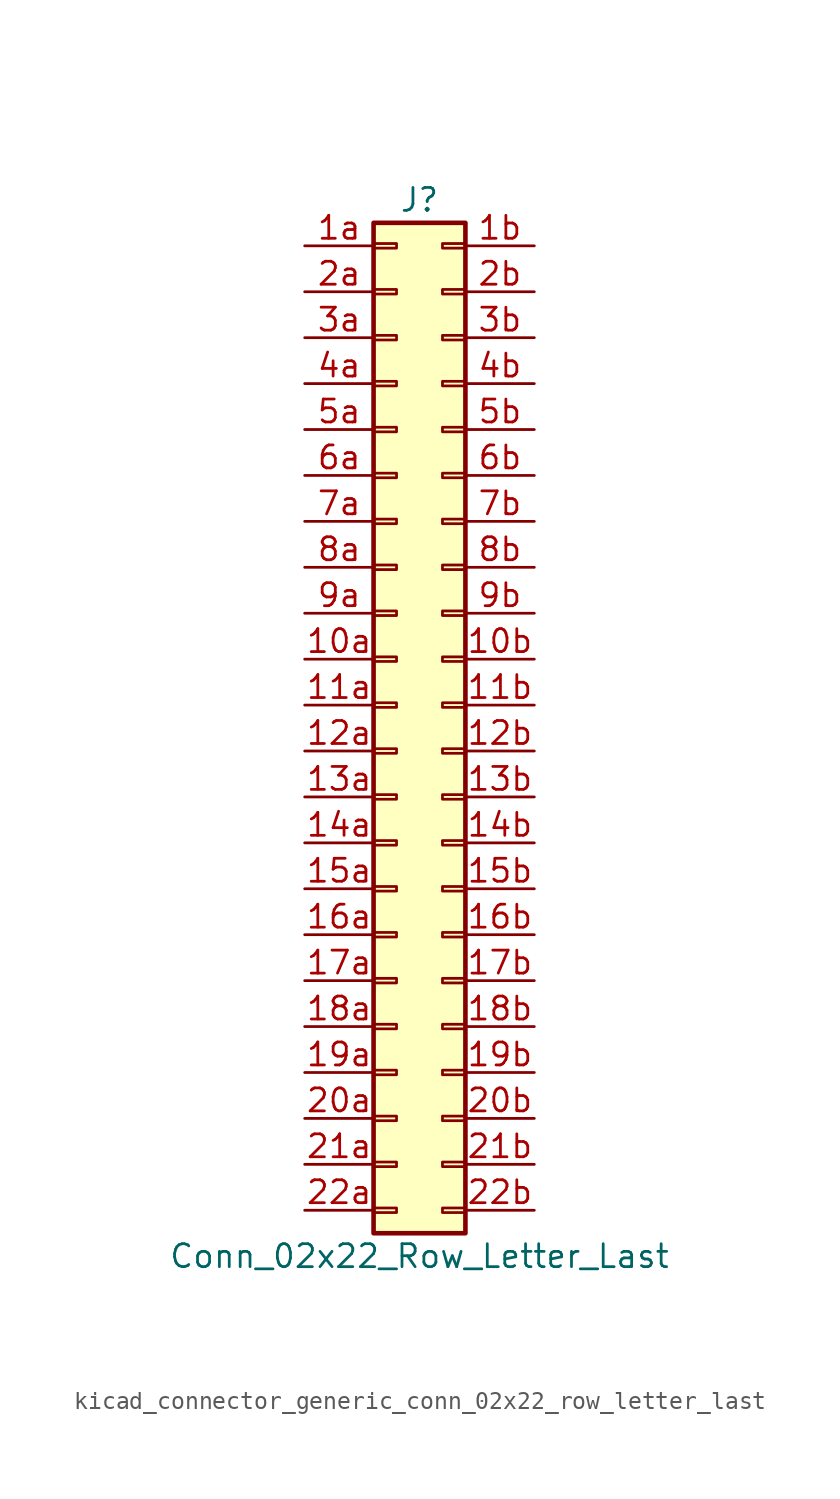
<source format=kicad_sym>
(kicad_symbol_lib
  (version 20220914)
  (generator kicad_symbol_editor)
  (symbol "kicad_connector_generic_conn_02x22_row_letter_last"
    (pin_names
      (offset 1.016) hide)
    (property "Reference" "J"
      (at 1.27 27.94 0)
      (effects (font (size 1.27 1.27))))
    (property "Value" "Conn_02x22_Row_Letter_Last"
      (at 1.27 -30.48 0)
      (effects (font (size 1.27 1.27))))
    (symbol "kicad_connector_generic_conn_02x22_row_letter_last_1_1"
      (rectangle (start -1.27 -27.813) (end 0 -28.067) (stroke (width 0.152) (type default)) (fill (type none)))
      (rectangle (start -1.27 -25.273) (end 0 -25.527) (stroke (width 0.152) (type default)) (fill (type none)))
      (rectangle (start -1.27 -22.733) (end 0 -22.987) (stroke (width 0.152) (type default)) (fill (type none)))
      (rectangle (start -1.27 -20.193) (end 0 -20.447) (stroke (width 0.152) (type default)) (fill (type none)))
      (rectangle (start -1.27 -17.653) (end 0 -17.907) (stroke (width 0.152) (type default)) (fill (type none)))
      (rectangle (start -1.27 -15.113) (end 0 -15.367) (stroke (width 0.152) (type default)) (fill (type none)))
      (rectangle (start -1.27 -12.573) (end 0 -12.827) (stroke (width 0.152) (type default)) (fill (type none)))
      (rectangle (start -1.27 -10.033) (end 0 -10.287) (stroke (width 0.152) (type default)) (fill (type none)))
      (rectangle (start -1.27 -7.493) (end 0 -7.747) (stroke (width 0.152) (type default)) (fill (type none)))
      (rectangle (start -1.27 -4.953) (end 0 -5.207) (stroke (width 0.152) (type default)) (fill (type none)))
      (rectangle (start -1.27 -2.413) (end 0 -2.667) (stroke (width 0.152) (type default)) (fill (type none)))
      (rectangle (start -1.27 0.127) (end 0 -0.127) (stroke (width 0.152) (type default)) (fill (type none)))
      (rectangle (start -1.27 2.667) (end 0 2.413) (stroke (width 0.152) (type default)) (fill (type none)))
      (rectangle (start -1.27 5.207) (end 0 4.953) (stroke (width 0.152) (type default)) (fill (type none)))
      (rectangle (start -1.27 7.747) (end 0 7.493) (stroke (width 0.152) (type default)) (fill (type none)))
      (rectangle (start -1.27 10.287) (end 0 10.033) (stroke (width 0.152) (type default)) (fill (type none)))
      (rectangle (start -1.27 12.827) (end 0 12.573) (stroke (width 0.152) (type default)) (fill (type none)))
      (rectangle (start -1.27 15.367) (end 0 15.113) (stroke (width 0.152) (type default)) (fill (type none)))
      (rectangle (start -1.27 17.907) (end 0 17.653) (stroke (width 0.152) (type default)) (fill (type none)))
      (rectangle (start -1.27 20.447) (end 0 20.193) (stroke (width 0.152) (type default)) (fill (type none)))
      (rectangle (start -1.27 22.987) (end 0 22.733) (stroke (width 0.152) (type default)) (fill (type none)))
      (rectangle (start -1.27 25.527) (end 0 25.273) (stroke (width 0.152) (type default)) (fill (type none)))
      (rectangle (start -1.27 26.67) (end 3.81 -29.21) (stroke (width 0.254) (type default)) (fill (type background)))
      (rectangle (start 3.81 -27.813) (end 2.54 -28.067) (stroke (width 0.152) (type default)) (fill (type none)))
      (rectangle (start 3.81 -25.273) (end 2.54 -25.527) (stroke (width 0.152) (type default)) (fill (type none)))
      (rectangle (start 3.81 -22.733) (end 2.54 -22.987) (stroke (width 0.152) (type default)) (fill (type none)))
      (rectangle (start 3.81 -20.193) (end 2.54 -20.447) (stroke (width 0.152) (type default)) (fill (type none)))
      (rectangle (start 3.81 -17.653) (end 2.54 -17.907) (stroke (width 0.152) (type default)) (fill (type none)))
      (rectangle (start 3.81 -15.113) (end 2.54 -15.367) (stroke (width 0.152) (type default)) (fill (type none)))
      (rectangle (start 3.81 -12.573) (end 2.54 -12.827) (stroke (width 0.152) (type default)) (fill (type none)))
      (rectangle (start 3.81 -10.033) (end 2.54 -10.287) (stroke (width 0.152) (type default)) (fill (type none)))
      (rectangle (start 3.81 -7.493) (end 2.54 -7.747) (stroke (width 0.152) (type default)) (fill (type none)))
      (rectangle (start 3.81 -4.953) (end 2.54 -5.207) (stroke (width 0.152) (type default)) (fill (type none)))
      (rectangle (start 3.81 -2.413) (end 2.54 -2.667) (stroke (width 0.152) (type default)) (fill (type none)))
      (rectangle (start 3.81 0.127) (end 2.54 -0.127) (stroke (width 0.152) (type default)) (fill (type none)))
      (rectangle (start 3.81 2.667) (end 2.54 2.413) (stroke (width 0.152) (type default)) (fill (type none)))
      (rectangle (start 3.81 5.207) (end 2.54 4.953) (stroke (width 0.152) (type default)) (fill (type none)))
      (rectangle (start 3.81 7.747) (end 2.54 7.493) (stroke (width 0.152) (type default)) (fill (type none)))
      (rectangle (start 3.81 10.287) (end 2.54 10.033) (stroke (width 0.152) (type default)) (fill (type none)))
      (rectangle (start 3.81 12.827) (end 2.54 12.573) (stroke (width 0.152) (type default)) (fill (type none)))
      (rectangle (start 3.81 15.367) (end 2.54 15.113) (stroke (width 0.152) (type default)) (fill (type none)))
      (rectangle (start 3.81 17.907) (end 2.54 17.653) (stroke (width 0.152) (type default)) (fill (type none)))
      (rectangle (start 3.81 20.447) (end 2.54 20.193) (stroke (width 0.152) (type default)) (fill (type none)))
      (rectangle (start 3.81 22.987) (end 2.54 22.733) (stroke (width 0.152) (type default)) (fill (type none)))
      (rectangle (start 3.81 25.527) (end 2.54 25.273) (stroke (width 0.152) (type default)) (fill (type none)))
      (pin passive line (at -5.08 2.54 0) (length 3.81) (name "Pin_10a" (effects (font (size 1.27 1.27)))) (number "10a" (effects (font (size 1.27 1.27)))))
      (pin passive line (at 7.62 2.54 180) (length 3.81) (name "Pin_10b" (effects (font (size 1.27 1.27)))) (number "10b" (effects (font (size 1.27 1.27)))))
      (pin passive line (at -5.08 0 0) (length 3.81) (name "Pin_11a" (effects (font (size 1.27 1.27)))) (number "11a" (effects (font (size 1.27 1.27)))))
      (pin passive line (at 7.62 0 180) (length 3.81) (name "Pin_11b" (effects (font (size 1.27 1.27)))) (number "11b" (effects (font (size 1.27 1.27)))))
      (pin passive line (at -5.08 -2.54 0) (length 3.81) (name "Pin_12a" (effects (font (size 1.27 1.27)))) (number "12a" (effects (font (size 1.27 1.27)))))
      (pin passive line (at 7.62 -2.54 180) (length 3.81) (name "Pin_12b" (effects (font (size 1.27 1.27)))) (number "12b" (effects (font (size 1.27 1.27)))))
      (pin passive line (at -5.08 -5.08 0) (length 3.81) (name "Pin_13a" (effects (font (size 1.27 1.27)))) (number "13a" (effects (font (size 1.27 1.27)))))
      (pin passive line (at 7.62 -5.08 180) (length 3.81) (name "Pin_13b" (effects (font (size 1.27 1.27)))) (number "13b" (effects (font (size 1.27 1.27)))))
      (pin passive line (at -5.08 -7.62 0) (length 3.81) (name "Pin_14a" (effects (font (size 1.27 1.27)))) (number "14a" (effects (font (size 1.27 1.27)))))
      (pin passive line (at 7.62 -7.62 180) (length 3.81) (name "Pin_14b" (effects (font (size 1.27 1.27)))) (number "14b" (effects (font (size 1.27 1.27)))))
      (pin passive line (at -5.08 -10.16 0) (length 3.81) (name "Pin_15a" (effects (font (size 1.27 1.27)))) (number "15a" (effects (font (size 1.27 1.27)))))
      (pin passive line (at 7.62 -10.16 180) (length 3.81) (name "Pin_15b" (effects (font (size 1.27 1.27)))) (number "15b" (effects (font (size 1.27 1.27)))))
      (pin passive line (at -5.08 -12.7 0) (length 3.81) (name "Pin_16a" (effects (font (size 1.27 1.27)))) (number "16a" (effects (font (size 1.27 1.27)))))
      (pin passive line (at 7.62 -12.7 180) (length 3.81) (name "Pin_16b" (effects (font (size 1.27 1.27)))) (number "16b" (effects (font (size 1.27 1.27)))))
      (pin passive line (at -5.08 -15.24 0) (length 3.81) (name "Pin_17a" (effects (font (size 1.27 1.27)))) (number "17a" (effects (font (size 1.27 1.27)))))
      (pin passive line (at 7.62 -15.24 180) (length 3.81) (name "Pin_17b" (effects (font (size 1.27 1.27)))) (number "17b" (effects (font (size 1.27 1.27)))))
      (pin passive line (at -5.08 -17.78 0) (length 3.81) (name "Pin_18a" (effects (font (size 1.27 1.27)))) (number "18a" (effects (font (size 1.27 1.27)))))
      (pin passive line (at 7.62 -17.78 180) (length 3.81) (name "Pin_18b" (effects (font (size 1.27 1.27)))) (number "18b" (effects (font (size 1.27 1.27)))))
      (pin passive line (at -5.08 -20.32 0) (length 3.81) (name "Pin_19a" (effects (font (size 1.27 1.27)))) (number "19a" (effects (font (size 1.27 1.27)))))
      (pin passive line (at 7.62 -20.32 180) (length 3.81) (name "Pin_19b" (effects (font (size 1.27 1.27)))) (number "19b" (effects (font (size 1.27 1.27)))))
      (pin passive line (at -5.08 25.4 0) (length 3.81) (name "Pin_1a" (effects (font (size 1.27 1.27)))) (number "1a" (effects (font (size 1.27 1.27)))))
      (pin passive line (at 7.62 25.4 180) (length 3.81) (name "Pin_1b" (effects (font (size 1.27 1.27)))) (number "1b" (effects (font (size 1.27 1.27)))))
      (pin passive line (at -5.08 -22.86 0) (length 3.81) (name "Pin_20a" (effects (font (size 1.27 1.27)))) (number "20a" (effects (font (size 1.27 1.27)))))
      (pin passive line (at 7.62 -22.86 180) (length 3.81) (name "Pin_20b" (effects (font (size 1.27 1.27)))) (number "20b" (effects (font (size 1.27 1.27)))))
      (pin passive line (at -5.08 -25.4 0) (length 3.81) (name "Pin_21a" (effects (font (size 1.27 1.27)))) (number "21a" (effects (font (size 1.27 1.27)))))
      (pin passive line (at 7.62 -25.4 180) (length 3.81) (name "Pin_21b" (effects (font (size 1.27 1.27)))) (number "21b" (effects (font (size 1.27 1.27)))))
      (pin passive line (at -5.08 -27.94 0) (length 3.81) (name "Pin_22a" (effects (font (size 1.27 1.27)))) (number "22a" (effects (font (size 1.27 1.27)))))
      (pin passive line (at 7.62 -27.94 180) (length 3.81) (name "Pin_22b" (effects (font (size 1.27 1.27)))) (number "22b" (effects (font (size 1.27 1.27)))))
      (pin passive line (at -5.08 22.86 0) (length 3.81) (name "Pin_2a" (effects (font (size 1.27 1.27)))) (number "2a" (effects (font (size 1.27 1.27)))))
      (pin passive line (at 7.62 22.86 180) (length 3.81) (name "Pin_2b" (effects (font (size 1.27 1.27)))) (number "2b" (effects (font (size 1.27 1.27)))))
      (pin passive line (at -5.08 20.32 0) (length 3.81) (name "Pin_3a" (effects (font (size 1.27 1.27)))) (number "3a" (effects (font (size 1.27 1.27)))))
      (pin passive line (at 7.62 20.32 180) (length 3.81) (name "Pin_3b" (effects (font (size 1.27 1.27)))) (number "3b" (effects (font (size 1.27 1.27)))))
      (pin passive line (at -5.08 17.78 0) (length 3.81) (name "Pin_4a" (effects (font (size 1.27 1.27)))) (number "4a" (effects (font (size 1.27 1.27)))))
      (pin passive line (at 7.62 17.78 180) (length 3.81) (name "Pin_4b" (effects (font (size 1.27 1.27)))) (number "4b" (effects (font (size 1.27 1.27)))))
      (pin passive line (at -5.08 15.24 0) (length 3.81) (name "Pin_5a" (effects (font (size 1.27 1.27)))) (number "5a" (effects (font (size 1.27 1.27)))))
      (pin passive line (at 7.62 15.24 180) (length 3.81) (name "Pin_5b" (effects (font (size 1.27 1.27)))) (number "5b" (effects (font (size 1.27 1.27)))))
      (pin passive line (at -5.08 12.7 0) (length 3.81) (name "Pin_6a" (effects (font (size 1.27 1.27)))) (number "6a" (effects (font (size 1.27 1.27)))))
      (pin passive line (at 7.62 12.7 180) (length 3.81) (name "Pin_6b" (effects (font (size 1.27 1.27)))) (number "6b" (effects (font (size 1.27 1.27)))))
      (pin passive line (at -5.08 10.16 0) (length 3.81) (name "Pin_7a" (effects (font (size 1.27 1.27)))) (number "7a" (effects (font (size 1.27 1.27)))))
      (pin passive line (at 7.62 10.16 180) (length 3.81) (name "Pin_7b" (effects (font (size 1.27 1.27)))) (number "7b" (effects (font (size 1.27 1.27)))))
      (pin passive line (at -5.08 7.62 0) (length 3.81) (name "Pin_8a" (effects (font (size 1.27 1.27)))) (number "8a" (effects (font (size 1.27 1.27)))))
      (pin passive line (at 7.62 7.62 180) (length 3.81) (name "Pin_8b" (effects (font (size 1.27 1.27)))) (number "8b" (effects (font (size 1.27 1.27)))))
      (pin passive line (at -5.08 5.08 0) (length 3.81) (name "Pin_9a" (effects (font (size 1.27 1.27)))) (number "9a" (effects (font (size 1.27 1.27)))))
      (pin passive line (at 7.62 5.08 180) (length 3.81) (name "Pin_9b" (effects (font (size 1.27 1.27)))) (number "9b" (effects (font (size 1.27 1.27))))))))
</source>
